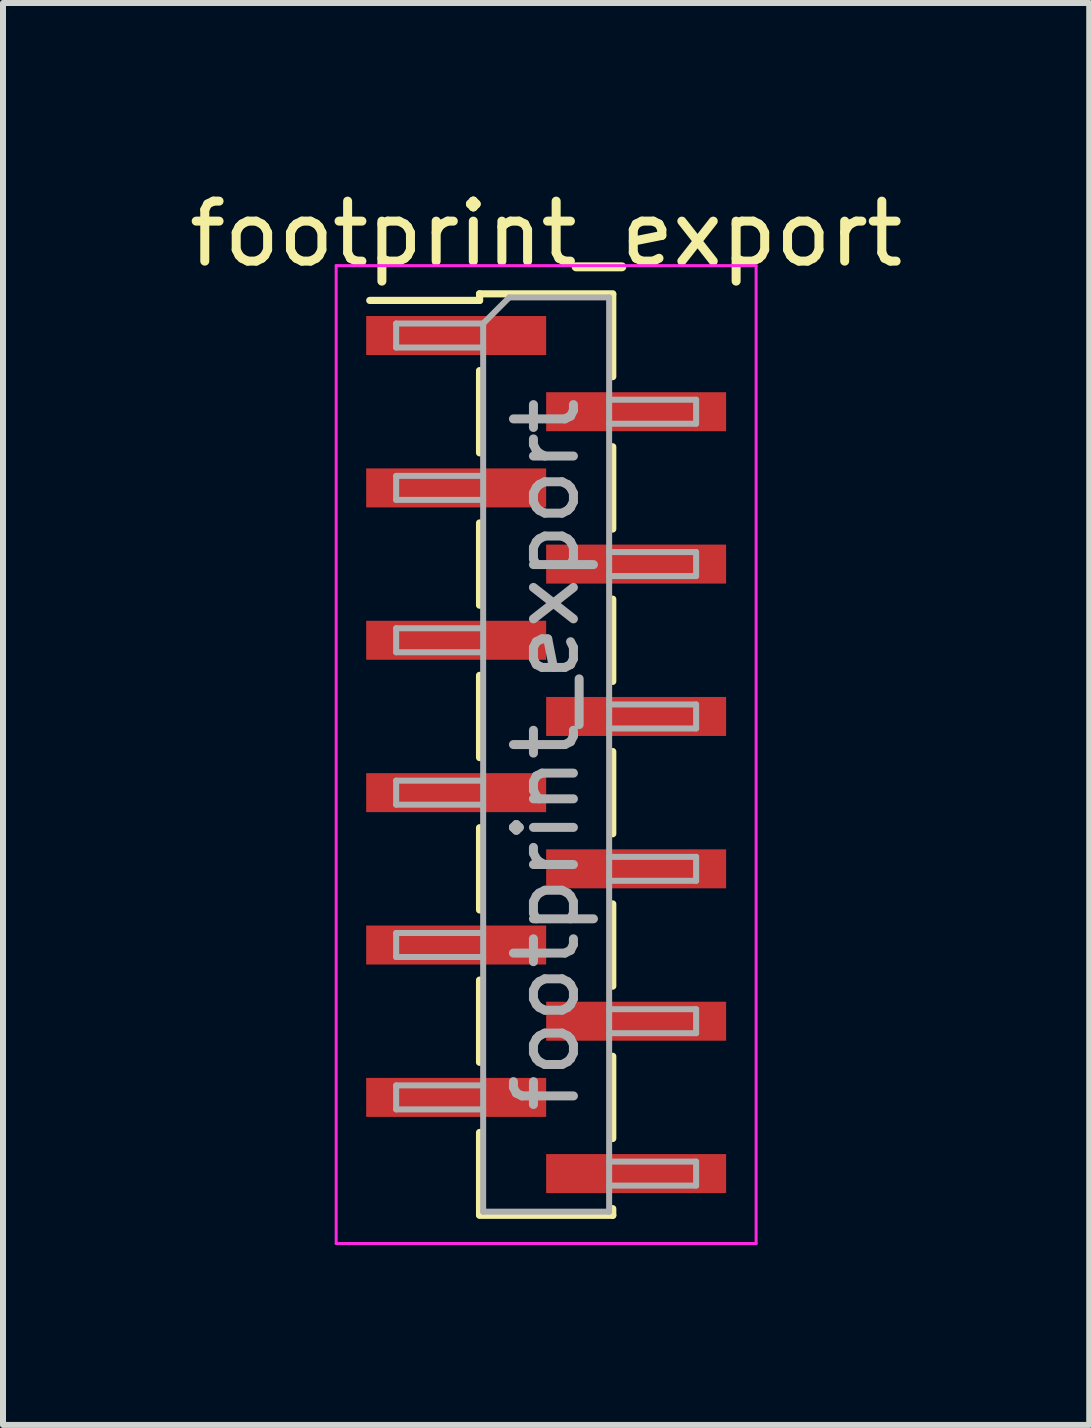
<source format=kicad_pcb>
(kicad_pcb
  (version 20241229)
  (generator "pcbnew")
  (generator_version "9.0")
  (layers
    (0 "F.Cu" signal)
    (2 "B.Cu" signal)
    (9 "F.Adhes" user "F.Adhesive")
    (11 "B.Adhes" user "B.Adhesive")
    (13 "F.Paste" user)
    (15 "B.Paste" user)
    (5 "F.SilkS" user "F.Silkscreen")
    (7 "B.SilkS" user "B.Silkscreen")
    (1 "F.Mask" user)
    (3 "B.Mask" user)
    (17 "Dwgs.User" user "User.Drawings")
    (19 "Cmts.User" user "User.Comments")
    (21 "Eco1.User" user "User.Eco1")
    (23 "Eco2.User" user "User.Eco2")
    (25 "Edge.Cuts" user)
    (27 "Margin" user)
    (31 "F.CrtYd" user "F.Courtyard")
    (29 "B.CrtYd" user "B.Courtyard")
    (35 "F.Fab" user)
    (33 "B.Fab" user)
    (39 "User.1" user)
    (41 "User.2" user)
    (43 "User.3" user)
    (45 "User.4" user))
  (footprint "footprint_export"
    (layer "F.Cu")
    (at 6.054 9.528)
    (property "Reference" "footprint_export" (at 0 -8.68 0) (layer "F.SilkS") (effects (font (size 1 1) (thickness 0.15))))
    (attr smd)
    (fp_line (start -1.11 -7.68) (end -1.11 -7.57) (stroke (width 0.12) (type solid)) (layer "F.SilkS"))
    (fp_line (start -1.11 -7.68) (end 1.11 -7.68) (stroke (width 0.12) (type solid)) (layer "F.SilkS"))
    (fp_line (start -1.11 -7.57) (end -2.94 -7.57) (stroke (width 0.12) (type solid)) (layer "F.SilkS"))
    (fp_line (start -1.11 -6.4) (end -1.11 -5.03) (stroke (width 0.12) (type solid)) (layer "F.SilkS"))
    (fp_line (start -1.11 -3.86) (end -1.11 -2.49) (stroke (width 0.12) (type solid)) (layer "F.SilkS"))
    (fp_line (start -1.11 -1.32) (end -1.11 0.05) (stroke (width 0.12) (type solid)) (layer "F.SilkS"))
    (fp_line (start -1.11 1.22) (end -1.11 2.59) (stroke (width 0.12) (type solid)) (layer "F.SilkS"))
    (fp_line (start -1.11 3.76) (end -1.11 5.13) (stroke (width 0.12) (type solid)) (layer "F.SilkS"))
    (fp_line (start -1.11 6.3) (end -1.11 7.67) (stroke (width 0.12) (type solid)) (layer "F.SilkS"))
    (fp_line (start -1.11 7.68) (end 1.11 7.68) (stroke (width 0.12) (type solid)) (layer "F.SilkS"))
    (fp_line (start 1.11 -7.67) (end 1.11 -6.3) (stroke (width 0.12) (type solid)) (layer "F.SilkS"))
    (fp_line (start 1.11 -5.13) (end 1.11 -3.76) (stroke (width 0.12) (type solid)) (layer "F.SilkS"))
    (fp_line (start 1.11 -2.59) (end 1.11 -1.22) (stroke (width 0.12) (type solid)) (layer "F.SilkS"))
    (fp_line (start 1.11 -0.05) (end 1.11 1.32) (stroke (width 0.12) (type solid)) (layer "F.SilkS"))
    (fp_line (start 1.11 2.49) (end 1.11 3.86) (stroke (width 0.12) (type solid)) (layer "F.SilkS"))
    (fp_line (start 1.11 5.03) (end 1.11 6.4) (stroke (width 0.12) (type solid)) (layer "F.SilkS"))
    (fp_line (start 1.11 7.57) (end 1.11 7.68) (stroke (width 0.12) (type solid)) (layer "F.SilkS"))
    (fp_line (start -3.5 -8.15) (end -3.5 8.15) (stroke (width 0.05) (type solid)) (layer "F.CrtYd"))
    (fp_line (start -3.5 8.15) (end 3.5 8.15) (stroke (width 0.05) (type solid)) (layer "F.CrtYd"))
    (fp_line (start 3.5 -8.15) (end -3.5 -8.15) (stroke (width 0.05) (type solid)) (layer "F.CrtYd"))
    (fp_line (start 3.5 8.15) (end 3.5 -8.15) (stroke (width 0.05) (type solid)) (layer "F.CrtYd"))
    (fp_line (start -2.5 -7.185) (end -2.5 -6.785) (stroke (width 0.1) (type solid)) (layer "F.Fab"))
    (fp_line (start -2.5 -6.785) (end -1.05 -6.785) (stroke (width 0.1) (type solid)) (layer "F.Fab"))
    (fp_line (start -2.5 -4.645) (end -2.5 -4.245) (stroke (width 0.1) (type solid)) (layer "F.Fab"))
    (fp_line (start -2.5 -4.245) (end -1.05 -4.245) (stroke (width 0.1) (type solid)) (layer "F.Fab"))
    (fp_line (start -2.5 -2.105) (end -2.5 -1.705) (stroke (width 0.1) (type solid)) (layer "F.Fab"))
    (fp_line (start -2.5 -1.705) (end -1.05 -1.705) (stroke (width 0.1) (type solid)) (layer "F.Fab"))
    (fp_line (start -2.5 0.435) (end -2.5 0.835) (stroke (width 0.1) (type solid)) (layer "F.Fab"))
    (fp_line (start -2.5 0.835) (end -1.05 0.835) (stroke (width 0.1) (type solid)) (layer "F.Fab"))
    (fp_line (start -2.5 2.975) (end -2.5 3.375) (stroke (width 0.1) (type solid)) (layer "F.Fab"))
    (fp_line (start -2.5 3.375) (end -1.05 3.375) (stroke (width 0.1) (type solid)) (layer "F.Fab"))
    (fp_line (start -2.5 5.515) (end -2.5 5.915) (stroke (width 0.1) (type solid)) (layer "F.Fab"))
    (fp_line (start -2.5 5.915) (end -1.05 5.915) (stroke (width 0.1) (type solid)) (layer "F.Fab"))
    (fp_line (start -1.05 -7.185) (end -2.5 -7.185) (stroke (width 0.1) (type solid)) (layer "F.Fab"))
    (fp_line (start -1.05 -7.185) (end -0.615 -7.62) (stroke (width 0.1) (type solid)) (layer "F.Fab"))
    (fp_line (start -1.05 -4.645) (end -2.5 -4.645) (stroke (width 0.1) (type solid)) (layer "F.Fab"))
    (fp_line (start -1.05 -2.105) (end -2.5 -2.105) (stroke (width 0.1) (type solid)) (layer "F.Fab"))
    (fp_line (start -1.05 0.435) (end -2.5 0.435) (stroke (width 0.1) (type solid)) (layer "F.Fab"))
    (fp_line (start -1.05 2.975) (end -2.5 2.975) (stroke (width 0.1) (type solid)) (layer "F.Fab"))
    (fp_line (start -1.05 5.515) (end -2.5 5.515) (stroke (width 0.1) (type solid)) (layer "F.Fab"))
    (fp_line (start -1.05 7.62) (end -1.05 -7.185) (stroke (width 0.1) (type solid)) (layer "F.Fab"))
    (fp_line (start -0.615 -7.62) (end 1.05 -7.62) (stroke (width 0.1) (type solid)) (layer "F.Fab"))
    (fp_line (start 1.05 -7.62) (end 1.05 7.62) (stroke (width 0.1) (type solid)) (layer "F.Fab"))
    (fp_line (start 1.05 -5.915) (end 2.5 -5.915) (stroke (width 0.1) (type solid)) (layer "F.Fab"))
    (fp_line (start 1.05 -3.375) (end 2.5 -3.375) (stroke (width 0.1) (type solid)) (layer "F.Fab"))
    (fp_line (start 1.05 -0.835) (end 2.5 -0.835) (stroke (width 0.1) (type solid)) (layer "F.Fab"))
    (fp_line (start 1.05 1.705) (end 2.5 1.705) (stroke (width 0.1) (type solid)) (layer "F.Fab"))
    (fp_line (start 1.05 4.245) (end 2.5 4.245) (stroke (width 0.1) (type solid)) (layer "F.Fab"))
    (fp_line (start 1.05 6.785) (end 2.5 6.785) (stroke (width 0.1) (type solid)) (layer "F.Fab"))
    (fp_line (start 1.05 7.62) (end -1.05 7.62) (stroke (width 0.1) (type solid)) (layer "F.Fab"))
    (fp_line (start 2.5 -5.915) (end 2.5 -5.515) (stroke (width 0.1) (type solid)) (layer "F.Fab"))
    (fp_line (start 2.5 -5.515) (end 1.05 -5.515) (stroke (width 0.1) (type solid)) (layer "F.Fab"))
    (fp_line (start 2.5 -3.375) (end 2.5 -2.975) (stroke (width 0.1) (type solid)) (layer "F.Fab"))
    (fp_line (start 2.5 -2.975) (end 1.05 -2.975) (stroke (width 0.1) (type solid)) (layer "F.Fab"))
    (fp_line (start 2.5 -0.835) (end 2.5 -0.435) (stroke (width 0.1) (type solid)) (layer "F.Fab"))
    (fp_line (start 2.5 -0.435) (end 1.05 -0.435) (stroke (width 0.1) (type solid)) (layer "F.Fab"))
    (fp_line (start 2.5 1.705) (end 2.5 2.105) (stroke (width 0.1) (type solid)) (layer "F.Fab"))
    (fp_line (start 2.5 2.105) (end 1.05 2.105) (stroke (width 0.1) (type solid)) (layer "F.Fab"))
    (fp_line (start 2.5 4.245) (end 2.5 4.645) (stroke (width 0.1) (type solid)) (layer "F.Fab"))
    (fp_line (start 2.5 4.645) (end 1.05 4.645) (stroke (width 0.1) (type solid)) (layer "F.Fab"))
    (fp_line (start 2.5 6.785) (end 2.5 7.185) (stroke (width 0.1) (type solid)) (layer "F.Fab"))
    (fp_line (start 2.5 7.185) (end 1.05 7.185) (stroke (width 0.1) (type solid)) (layer "F.Fab"))
    (fp_text user "${REFERENCE}" (at 0 0 90) (layer "F.Fab") (effects (font (size 1 1) (thickness 0.15))))
    (pad "1" smd rect (at -1.5 -6.985) (size 3 0.65) (layers "F.Cu" "F.Mask" "F.Paste"))
    (pad "2" smd rect (at 1.5 -5.715) (size 3 0.65) (layers "F.Cu" "F.Mask" "F.Paste"))
    (pad "3" smd rect (at -1.5 -4.445) (size 3 0.65) (layers "F.Cu" "F.Mask" "F.Paste"))
    (pad "4" smd rect (at 1.5 -3.175) (size 3 0.65) (layers "F.Cu" "F.Mask" "F.Paste"))
    (pad "5" smd rect (at -1.5 -1.905) (size 3 0.65) (layers "F.Cu" "F.Mask" "F.Paste"))
    (pad "6" smd rect (at 1.5 -0.635) (size 3 0.65) (layers "F.Cu" "F.Mask" "F.Paste"))
    (pad "7" smd rect (at -1.5 0.635) (size 3 0.65) (layers "F.Cu" "F.Mask" "F.Paste"))
    (pad "8" smd rect (at 1.5 1.905) (size 3 0.65) (layers "F.Cu" "F.Mask" "F.Paste"))
    (pad "9" smd rect (at -1.5 3.175) (size 3 0.65) (layers "F.Cu" "F.Mask" "F.Paste"))
    (pad "10" smd rect (at 1.5 4.445) (size 3 0.65) (layers "F.Cu" "F.Mask" "F.Paste"))
    (pad "11" smd rect (at -1.5 5.715) (size 3 0.65) (layers "F.Cu" "F.Mask" "F.Paste"))
    (pad "12" smd rect (at 1.5 6.985) (size 3 0.65) (layers "F.Cu" "F.Mask" "F.Paste")))
  (gr_rect
    (start -3 -3)
    (end 15.107 20.703)
    (stroke (width 0.1) (type default))
    (fill no)
    (layer "Edge.Cuts")))
</source>
